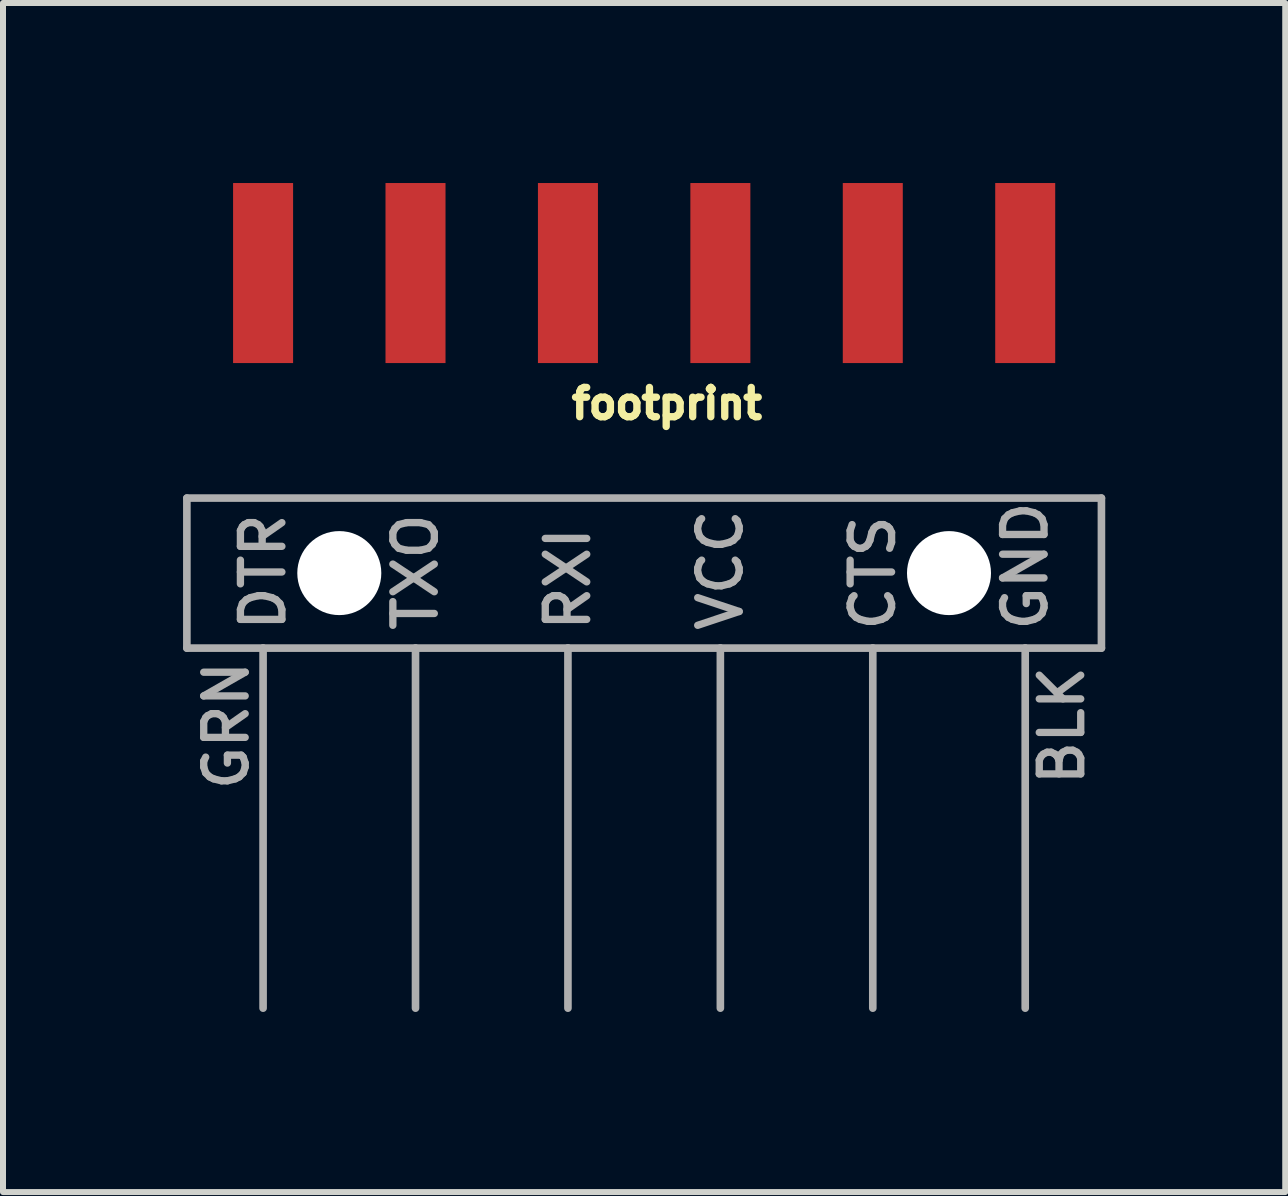
<source format=kicad_pcb>
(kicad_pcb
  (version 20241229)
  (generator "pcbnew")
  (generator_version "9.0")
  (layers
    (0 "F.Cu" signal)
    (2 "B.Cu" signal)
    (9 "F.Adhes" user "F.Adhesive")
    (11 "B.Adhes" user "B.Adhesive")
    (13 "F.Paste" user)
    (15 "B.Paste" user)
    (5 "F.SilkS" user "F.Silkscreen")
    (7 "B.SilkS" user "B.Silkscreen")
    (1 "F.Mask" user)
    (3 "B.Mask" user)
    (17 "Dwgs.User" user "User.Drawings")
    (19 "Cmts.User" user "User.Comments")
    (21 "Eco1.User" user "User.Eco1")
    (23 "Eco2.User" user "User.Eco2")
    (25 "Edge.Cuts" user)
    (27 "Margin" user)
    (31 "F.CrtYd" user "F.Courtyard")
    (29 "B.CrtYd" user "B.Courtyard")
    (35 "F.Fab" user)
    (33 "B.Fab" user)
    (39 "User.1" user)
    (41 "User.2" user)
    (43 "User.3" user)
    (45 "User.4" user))
  (footprint "footprint"
    (layer "F.Cu")
    (at 7.684 6.5)
    (property "Reference" "footprint" (at -1.27 -2.54 0) (layer "F.SilkS") (effects (font (size 0.488 0.488) (thickness 0.122)) (justify left bottom)))
    (fp_line (start -7.62 -1.25) (end -7.62 1.25) (stroke (width 0.127) (type solid)) (layer "F.Fab"))
    (fp_line (start -7.62 1.25) (end -6.35 1.25) (stroke (width 0.127) (type solid)) (layer "F.Fab"))
    (fp_line (start -6.35 1.25) (end -6.35 7.25) (stroke (width 0.127) (type solid)) (layer "F.Fab"))
    (fp_line (start -6.35 1.25) (end -3.81 1.25) (stroke (width 0.127) (type solid)) (layer "F.Fab"))
    (fp_line (start -3.81 1.25) (end -3.81 7.25) (stroke (width 0.127) (type solid)) (layer "F.Fab"))
    (fp_line (start -3.81 1.25) (end -1.27 1.25) (stroke (width 0.127) (type solid)) (layer "F.Fab"))
    (fp_line (start -1.27 1.25) (end -1.27 7.25) (stroke (width 0.127) (type solid)) (layer "F.Fab"))
    (fp_line (start -1.27 1.25) (end 1.27 1.25) (stroke (width 0.127) (type solid)) (layer "F.Fab"))
    (fp_line (start 1.27 1.25) (end 1.27 7.25) (stroke (width 0.127) (type solid)) (layer "F.Fab"))
    (fp_line (start 1.27 1.25) (end 3.81 1.25) (stroke (width 0.127) (type solid)) (layer "F.Fab"))
    (fp_line (start 3.81 1.25) (end 3.81 7.25) (stroke (width 0.127) (type solid)) (layer "F.Fab"))
    (fp_line (start 3.81 1.25) (end 6.35 1.25) (stroke (width 0.127) (type solid)) (layer "F.Fab"))
    (fp_line (start 6.35 1.25) (end 6.35 7.25) (stroke (width 0.127) (type solid)) (layer "F.Fab"))
    (fp_line (start 6.35 1.25) (end 7.62 1.25) (stroke (width 0.127) (type solid)) (layer "F.Fab"))
    (fp_line (start 7.62 -1.25) (end -7.62 -1.25) (stroke (width 0.127) (type solid)) (layer "F.Fab"))
    (fp_line (start 7.62 1.25) (end 7.62 -1.25) (stroke (width 0.127) (type solid)) (layer "F.Fab"))
    (fp_text user "TXO" (at -3.81 1.016 90) (layer "F.Fab") (effects (font (size 0.691 0.691) (thickness 0.122)) (justify left)))
    (fp_text user "BLK" (at 7.366 2.54 90) (layer "F.Fab") (effects (font (size 0.691 0.691) (thickness 0.122)) (justify bottom)))
    (fp_text user "DTR" (at -6.35 1.016 90) (layer "F.Fab") (effects (font (size 0.691 0.691) (thickness 0.122)) (justify left)))
    (fp_text user "RXI" (at -1.27 1.016 90) (layer "F.Fab") (effects (font (size 0.691 0.691) (thickness 0.122)) (justify left)))
    (fp_text user "VCC" (at 1.27 1.016 90) (layer "F.Fab") (effects (font (size 0.691 0.691) (thickness 0.122)) (justify left)))
    (fp_text user "CTS" (at 3.81 1.016 90) (layer "F.Fab") (effects (font (size 0.691 0.691) (thickness 0.122)) (justify left)))
    (fp_text user "GND" (at 6.35 1.016 90) (layer "F.Fab") (effects (font (size 0.691 0.691) (thickness 0.122)) (justify left)))
    (fp_text user "GRN" (at -7.366 2.54 90) (layer "F.Fab") (effects (font (size 0.691 0.691) (thickness 0.122)) (justify top)))
    (pad "" np_thru_hole circle (at -5.08 0) (size 1.4 1.4) (drill 1.4) (layers "*.Cu" "*.Mask"))
    (pad "" np_thru_hole circle (at 5.08 0) (size 1.4 1.4) (drill 1.4) (layers "*.Cu" "*.Mask"))
    (pad "1" smd rect (at -6.35 -5 90) (size 3 1) (layers "F.Cu" "F.Mask" "F.Paste"))
    (pad "2" smd rect (at -3.81 -5 90) (size 3 1) (layers "F.Cu" "F.Mask" "F.Paste"))
    (pad "3" smd rect (at -1.27 -5 90) (size 3 1) (layers "F.Cu" "F.Mask" "F.Paste"))
    (pad "4" smd rect (at 1.27 -5 90) (size 3 1) (layers "F.Cu" "F.Mask" "F.Paste"))
    (pad "5" smd rect (at 3.81 -5 90) (size 3 1) (layers "F.Cu" "F.Mask" "F.Paste"))
    (pad "6" smd rect (at 6.35 -5 90) (size 3 1) (layers "F.Cu" "F.Mask" "F.Paste")))
  (gr_rect
    (start -3 -3)
    (end 18.367 16.814)
    (stroke (width 0.1) (type default))
    (fill no)
    (layer "Edge.Cuts")))
</source>
